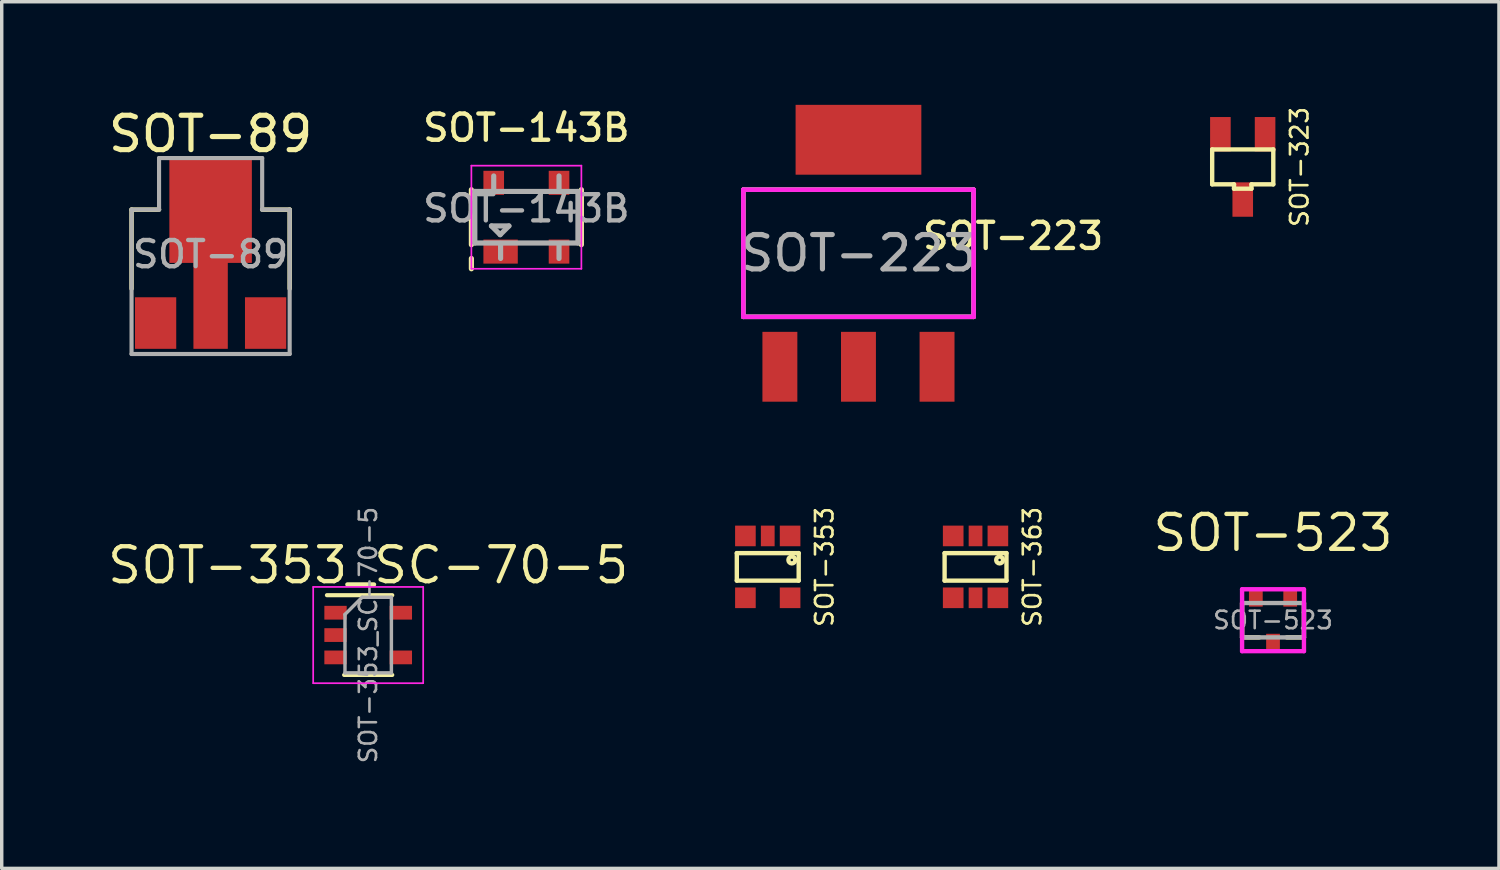
<source format=kicad_pcb>
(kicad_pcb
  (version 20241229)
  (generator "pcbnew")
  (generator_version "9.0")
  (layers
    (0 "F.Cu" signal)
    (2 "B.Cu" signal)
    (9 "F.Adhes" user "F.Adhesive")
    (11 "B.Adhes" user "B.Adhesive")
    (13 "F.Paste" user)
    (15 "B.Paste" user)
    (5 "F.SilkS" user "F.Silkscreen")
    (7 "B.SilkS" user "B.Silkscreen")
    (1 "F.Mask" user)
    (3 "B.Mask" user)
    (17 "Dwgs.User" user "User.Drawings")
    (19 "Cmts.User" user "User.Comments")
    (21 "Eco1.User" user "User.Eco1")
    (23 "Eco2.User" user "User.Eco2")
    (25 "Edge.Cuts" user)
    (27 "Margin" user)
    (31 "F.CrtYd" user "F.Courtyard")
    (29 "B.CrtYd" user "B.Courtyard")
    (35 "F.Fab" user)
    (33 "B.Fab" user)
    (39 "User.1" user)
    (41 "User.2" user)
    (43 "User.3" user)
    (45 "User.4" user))
  (footprint "SOT-523"
    (layer "F.Cu")
    (at 33.984 14.993)
    (property "Reference" "SOT-523" (at 0 -2.54 0) (layer "F.SilkS") (effects (font (size 1.016 1.016) (thickness 0.127))))
    (attr smd)
    (fp_line (start -0.9 -0.5) (end -0.9 0.5) (stroke (width 0.127) (type solid)) (layer "F.SilkS"))
    (fp_line (start -0.9 0.5) (end -0.4 0.5) (stroke (width 0.127) (type solid)) (layer "F.SilkS"))
    (fp_line (start 0.4 0.5) (end 0.9 0.5) (stroke (width 0.127) (type solid)) (layer "F.SilkS"))
    (fp_line (start 0.9 0.5) (end 0.9 -0.5) (stroke (width 0.127) (type solid)) (layer "F.SilkS"))
    (fp_line (start -0.9 -0.9) (end 0.9 -0.9) (stroke (width 0.127) (type solid)) (layer "F.CrtYd"))
    (fp_line (start -0.9 0.9) (end -0.9 -0.9) (stroke (width 0.127) (type solid)) (layer "F.CrtYd"))
    (fp_line (start 0.9 -0.9) (end 0.9 0.9) (stroke (width 0.127) (type solid)) (layer "F.CrtYd"))
    (fp_line (start 0.9 0.9) (end -0.9 0.9) (stroke (width 0.127) (type solid)) (layer "F.CrtYd"))
    (fp_line (start -0.9 -0.5) (end -0.9 0.5) (stroke (width 0.127) (type solid)) (layer "F.Fab"))
    (fp_line (start -0.9 0.5) (end 0.9 0.5) (stroke (width 0.127) (type solid)) (layer "F.Fab"))
    (fp_line (start 0.9 -0.5) (end -0.9 -0.5) (stroke (width 0.127) (type solid)) (layer "F.Fab"))
    (fp_line (start 0.9 0.5) (end 0.9 -0.5) (stroke (width 0.127) (type solid)) (layer "F.Fab"))
    (fp_text user "${REFERENCE}" (at 0 0 0) (layer "F.Fab") (effects (font (size 0.508 0.508) (thickness 0.076))))
    (pad "1" smd rect (at 0.5 -0.65) (size 0.4 0.51) (layers "F.Cu" "F.Mask" "F.Paste"))
    (pad "2" smd rect (at -0.5 -0.65) (size 0.4 0.51) (layers "F.Cu" "F.Mask" "F.Paste"))
    (pad "3" smd rect (at 0 0.65) (size 0.4 0.51) (layers "F.Cu" "F.Mask" "F.Paste")))
  (footprint "SOT-323"
    (layer "F.Cu")
    (at 33.103 1.805)
    (property "Reference" "SOT-323" (at 1.651 0 90) (layer "F.SilkS") (effects (font (size 0.508 0.508) (thickness 0.076))))
    (attr smd)
    (fp_line (start -0.889 -0.508) (end -0.889 0.508) (stroke (width 0.127) (type solid)) (layer "F.SilkS"))
    (fp_line (start -0.889 0.508) (end -0.254 0.508) (stroke (width 0.127) (type solid)) (layer "F.SilkS"))
    (fp_line (start -0.254 0.508) (end -0.254 0.635) (stroke (width 0.127) (type solid)) (layer "F.SilkS"))
    (fp_line (start -0.254 0.635) (end 0.254 0.635) (stroke (width 0.127) (type solid)) (layer "F.SilkS"))
    (fp_line (start 0.254 0.508) (end 0.889 0.508) (stroke (width 0.127) (type solid)) (layer "F.SilkS"))
    (fp_line (start 0.254 0.635) (end 0.254 0.508) (stroke (width 0.127) (type solid)) (layer "F.SilkS"))
    (fp_line (start 0.889 -0.508) (end -0.889 -0.508) (stroke (width 0.127) (type solid)) (layer "F.SilkS"))
    (fp_line (start 0.889 0.508) (end 0.889 -0.508) (stroke (width 0.127) (type solid)) (layer "F.SilkS"))
    (pad "1" smd rect (at 0.65 -0.95) (size 0.599 1.001) (layers "F.Cu" "F.Mask" "F.Paste"))
    (pad "2" smd rect (at -0.65 -0.95) (size 0.599 1.001) (layers "F.Cu" "F.Mask" "F.Paste"))
    (pad "3" smd rect (at 0 0.95) (size 0.599 1.001) (layers "F.Cu" "F.Mask" "F.Paste")))
  (footprint "SOT-223"
    (layer "F.Cu")
    (at 21.924 4.318)
    (property "Reference" "SOT-223" (at 4.5 -0.5 0) (layer "F.SilkS") (effects (font (size 0.762 0.762) (thickness 0.127))))
    (attr smd)
    (fp_line (start -3.35 -1.85) (end 3.35 -1.85) (stroke (width 0.13) (type solid)) (layer "F.SilkS"))
    (fp_line (start -3.35 1.85) (end -3.35 -1.85) (stroke (width 0.13) (type solid)) (layer "F.SilkS"))
    (fp_line (start 3.35 -1.85) (end 3.35 1.85) (stroke (width 0.13) (type solid)) (layer "F.SilkS"))
    (fp_line (start 3.35 1.85) (end -3.35 1.85) (stroke (width 0.13) (type solid)) (layer "F.SilkS"))
    (fp_line (start -3.35 -1.85) (end 3.35 -1.85) (stroke (width 0.13) (type solid)) (layer "F.CrtYd"))
    (fp_line (start -3.35 1.85) (end -3.35 -1.85) (stroke (width 0.13) (type solid)) (layer "F.CrtYd"))
    (fp_line (start 3.35 -1.85) (end 3.35 1.85) (stroke (width 0.13) (type solid)) (layer "F.CrtYd"))
    (fp_line (start 3.35 1.85) (end -3.35 1.85) (stroke (width 0.13) (type solid)) (layer "F.CrtYd"))
    (fp_line (start -3.35 -1.85) (end 3.35 -1.85) (stroke (width 0.13) (type solid)) (layer "F.Fab"))
    (fp_line (start -3.35 1.85) (end -3.35 -1.85) (stroke (width 0.13) (type solid)) (layer "F.Fab"))
    (fp_line (start 3.35 -1.85) (end 3.35 1.85) (stroke (width 0.13) (type solid)) (layer "F.Fab"))
    (fp_line (start 3.35 1.85) (end -3.35 1.85) (stroke (width 0.13) (type solid)) (layer "F.Fab"))
    (fp_text user "${REFERENCE}" (at 0 0 0) (layer "F.Fab") (effects (font (size 1 1) (thickness 0.15))))
    (pad "1" smd rect (at -2.286 3.302) (size 1.016 2.032) (layers "F.Cu" "F.Mask" "F.Paste"))
    (pad "2" smd rect (at 0 3.302) (size 1.016 2.032) (layers "F.Cu" "F.Mask" "F.Paste"))
    (pad "3" smd rect (at 2.286 3.302) (size 1.016 2.032) (layers "F.Cu" "F.Mask" "F.Paste"))
    (pad "4" smd rect (at 0 -3.302) (size 3.658 2.032) (layers "F.Cu" "F.Mask" "F.Paste")))
  (footprint "SOT-353_SC-70-5"
    (layer "F.Cu")
    (at 7.661 15.425)
    (property "Reference" "SOT-353_SC-70-5" (at 0 -2.032 0) (layer "F.SilkS") (effects (font (size 1.016 1.016) (thickness 0.127))))
    (attr smd)
    (fp_line (start -0.7 1.16) (end 0.7 1.16) (stroke (width 0.12) (type solid)) (layer "F.SilkS"))
    (fp_line (start 0.7 -1.16) (end -1.2 -1.16) (stroke (width 0.12) (type solid)) (layer "F.SilkS"))
    (fp_line (start -1.6 -1.4) (end -1.6 1.4) (stroke (width 0.05) (type solid)) (layer "F.CrtYd"))
    (fp_line (start -1.6 -1.4) (end 1.6 -1.4) (stroke (width 0.05) (type solid)) (layer "F.CrtYd"))
    (fp_line (start -1.6 1.4) (end 1.6 1.4) (stroke (width 0.05) (type solid)) (layer "F.CrtYd"))
    (fp_line (start 1.6 1.4) (end 1.6 -1.4) (stroke (width 0.05) (type solid)) (layer "F.CrtYd"))
    (fp_line (start -0.675 -0.6) (end -0.675 1.1) (stroke (width 0.1) (type solid)) (layer "F.Fab"))
    (fp_line (start -0.175 -1.1) (end -0.675 -0.6) (stroke (width 0.1) (type solid)) (layer "F.Fab"))
    (fp_line (start 0.675 -1.1) (end -0.175 -1.1) (stroke (width 0.1) (type solid)) (layer "F.Fab"))
    (fp_line (start 0.675 -1.1) (end 0.675 1.1) (stroke (width 0.1) (type solid)) (layer "F.Fab"))
    (fp_line (start 0.675 1.1) (end -0.675 1.1) (stroke (width 0.1) (type solid)) (layer "F.Fab"))
    (fp_text user "${REFERENCE}" (at 0 0 90) (layer "F.Fab") (effects (font (size 0.5 0.5) (thickness 0.075))))
    (pad "1" smd rect (at -0.95 -0.65) (size 0.65 0.4) (layers "F.Cu" "F.Mask" "F.Paste"))
    (pad "2" smd rect (at -0.95 0) (size 0.65 0.4) (layers "F.Cu" "F.Mask" "F.Paste"))
    (pad "3" smd rect (at -0.95 0.65) (size 0.65 0.4) (layers "F.Cu" "F.Mask" "F.Paste"))
    (pad "4" smd rect (at 0.95 0.65) (size 0.65 0.4) (layers "F.Cu" "F.Mask" "F.Paste"))
    (pad "5" smd rect (at 0.95 -0.65) (size 0.65 0.4) (layers "F.Cu" "F.Mask" "F.Paste")))
  (footprint "SOT-143B"
    (layer "F.Cu")
    (at 12.263 3.269)
    (property "Reference" "SOT-143B" (at 0 -2.6 0) (layer "F.SilkS") (effects (font (size 0.762 0.762) (thickness 0.127))))
    (attr smd)
    (fp_line (start -1.6 -0.8) (end -1.6 0.8) (stroke (width 0.15) (type solid)) (layer "F.SilkS"))
    (fp_line (start -1.6 1.2) (end -1.6 1.5) (stroke (width 0.15) (type solid)) (layer "F.SilkS"))
    (fp_line (start 1.6 -0.8) (end 1.6 0.8) (stroke (width 0.15) (type solid)) (layer "F.SilkS"))
    (fp_line (start -1.6 -1.5) (end -1.6 1.5) (stroke (width 0.05) (type solid)) (layer "F.CrtYd"))
    (fp_line (start -1.6 -1.5) (end 1.6 -1.5) (stroke (width 0.05) (type solid)) (layer "F.CrtYd"))
    (fp_line (start -1.6 1.5) (end 1.6 1.5) (stroke (width 0.05) (type solid)) (layer "F.CrtYd"))
    (fp_line (start 1.6 -1.5) (end 1.6 1.5) (stroke (width 0.05) (type solid)) (layer "F.CrtYd"))
    (fp_line (start -1.5 -0.75) (end -1.5 0.75) (stroke (width 0.15) (type solid)) (layer "F.Fab"))
    (fp_line (start -1.5 0.75) (end 1.5 0.75) (stroke (width 0.15) (type solid)) (layer "F.Fab"))
    (fp_line (start -1.016 0.254) (end -0.762 0.508) (stroke (width 0.15) (type solid)) (layer "F.Fab"))
    (fp_line (start -0.95 -1.2) (end -0.95 -0.762) (stroke (width 0.15) (type solid)) (layer "F.Fab"))
    (fp_line (start -0.762 0.508) (end -0.508 0.254) (stroke (width 0.15) (type solid)) (layer "F.Fab"))
    (fp_line (start -0.75 1.2) (end -0.75 0.762) (stroke (width 0.15) (type solid)) (layer "F.Fab"))
    (fp_line (start -0.508 0.254) (end -1.016 0.254) (stroke (width 0.15) (type solid)) (layer "F.Fab"))
    (fp_line (start 0.95 -1.2) (end 0.95 -0.762) (stroke (width 0.15) (type solid)) (layer "F.Fab"))
    (fp_line (start 0.95 1.2) (end 0.95 0.762) (stroke (width 0.15) (type solid)) (layer "F.Fab"))
    (fp_line (start 1.5 -0.75) (end -1.5 -0.75) (stroke (width 0.15) (type solid)) (layer "F.Fab"))
    (fp_line (start 1.5 0.75) (end 1.5 -0.75) (stroke (width 0.15) (type solid)) (layer "F.Fab"))
    (fp_text user "${REFERENCE}" (at 0 -0.254 0) (layer "F.Fab") (effects (font (size 0.762 0.762) (thickness 0.127))))
    (pad "1" smd rect (at -0.75 1) (size 1 0.7) (layers "F.Cu" "F.Mask" "F.Paste"))
    (pad "2" smd rect (at 0.95 1) (size 0.6 0.7) (layers "F.Cu" "F.Mask" "F.Paste"))
    (pad "3" smd rect (at 0.95 -1) (size 0.6 0.7) (layers "F.Cu" "F.Mask" "F.Paste"))
    (pad "4" smd rect (at -0.95 -1) (size 0.6 0.7) (layers "F.Cu" "F.Mask" "F.Paste")))
  (footprint "SOT-89"
    (layer "F.Cu")
    (at 3.077 4.348)
    (property "Reference" "SOT-89" (at 0 -3.5 0) (layer "F.SilkS") (effects (font (size 1 1) (thickness 0.15))))
    (attr smd)
    (fp_line (start -2.3 -1.3) (end -1.5 -1.3) (stroke (width 0.13) (type solid)) (layer "F.SilkS"))
    (fp_line (start -2.3 1) (end -2.3 -1.3) (stroke (width 0.13) (type solid)) (layer "F.SilkS"))
    (fp_line (start 1.5 -1.3) (end 2.3 -1.3) (stroke (width 0.13) (type solid)) (layer "F.SilkS"))
    (fp_line (start 2.3 -1.3) (end 2.3 1) (stroke (width 0.13) (type solid)) (layer "F.SilkS"))
    (fp_line (start -2.3 -1.3) (end -1.5 -1.3) (stroke (width 0.12) (type solid)) (layer "F.Fab"))
    (fp_line (start -2.3 2.9) (end -2.3 -1.3) (stroke (width 0.12) (type solid)) (layer "F.Fab"))
    (fp_line (start -1.5 -2.8) (end 1.5 -2.8) (stroke (width 0.12) (type solid)) (layer "F.Fab"))
    (fp_line (start -1.5 -1.3) (end -1.5 -2.8) (stroke (width 0.12) (type solid)) (layer "F.Fab"))
    (fp_line (start 1.5 -2.8) (end 1.5 -1.3) (stroke (width 0.12) (type solid)) (layer "F.Fab"))
    (fp_line (start 1.5 -1.3) (end 2.3 -1.3) (stroke (width 0.12) (type solid)) (layer "F.Fab"))
    (fp_line (start 2.3 -1.3) (end 2.3 2.9) (stroke (width 0.12) (type solid)) (layer "F.Fab"))
    (fp_line (start 2.3 2.9) (end -2.3 2.9) (stroke (width 0.12) (type solid)) (layer "F.Fab"))
    (fp_text user "${REFERENCE}" (at 0 0 0) (layer "F.Fab") (effects (font (size 0.762 0.762) (thickness 0.127))))
    (pad "1" smd rect (at -1.6 2) (size 1.2 1.5) (layers "F.Cu" "F.Mask" "F.Paste"))
    (pad "2" smd rect (at 0 -1.25) (size 2.4 3) (layers "F.Cu" "F.Mask" "F.Paste"))
    (pad "2" smd rect (at 0 1.25) (size 1 3) (layers "F.Cu" "F.Mask" "F.Paste"))
    (pad "3" smd rect (at 1.6 2) (size 1.2 1.5) (layers "F.Cu" "F.Mask" "F.Paste")))
  (footprint "SOT-353"
    (layer "F.Cu")
    (at 19.285 13.441)
    (property "Reference" "SOT-353" (at 1.651 0 90) (layer "F.SilkS") (effects (font (size 0.508 0.508) (thickness 0.076))))
    (attr smd)
    (fp_line (start -0.9 -0.4) (end -0.9 0.4) (stroke (width 0.127) (type solid)) (layer "F.SilkS"))
    (fp_line (start -0.9 -0.4) (end 0.9 -0.4) (stroke (width 0.127) (type solid)) (layer "F.SilkS"))
    (fp_line (start -0.9 0.4) (end 0.9 0.4) (stroke (width 0.127) (type solid)) (layer "F.SilkS"))
    (fp_line (start 0.9 0.4) (end 0.9 -0.4) (stroke (width 0.127) (type solid)) (layer "F.SilkS"))
    (fp_circle (center 0.7 -0.2) (end 0.7 -0.1) (stroke (width 0.127) (type solid)) (fill no) (layer "F.SilkS"))
    (pad "1" smd rect (at 0.65 -0.9) (size 0.6 0.6) (layers "F.Cu" "F.Mask" "F.Paste"))
    (pad "2" smd rect (at 0 -0.9) (size 0.4 0.6) (layers "F.Cu" "F.Mask" "F.Paste"))
    (pad "3" smd rect (at -0.65 -0.9) (size 0.6 0.6) (layers "F.Cu" "F.Mask" "F.Paste"))
    (pad "4" smd rect (at -0.65 0.9) (size 0.6 0.6) (layers "F.Cu" "F.Mask" "F.Paste"))
    (pad "5" smd rect (at 0.65 0.9) (size 0.6 0.6) (layers "F.Cu" "F.Mask" "F.Paste")))
  (footprint "SOT-363"
    (layer "F.Cu")
    (at 25.33 13.441)
    (property "Reference" "SOT-363" (at 1.651 0 90) (layer "F.SilkS") (effects (font (size 0.508 0.508) (thickness 0.076))))
    (attr smd)
    (fp_line (start -0.9 -0.4) (end -0.9 0.4) (stroke (width 0.127) (type solid)) (layer "F.SilkS"))
    (fp_line (start -0.9 -0.4) (end 0.9 -0.4) (stroke (width 0.127) (type solid)) (layer "F.SilkS"))
    (fp_line (start -0.9 0.4) (end 0.9 0.4) (stroke (width 0.127) (type solid)) (layer "F.SilkS"))
    (fp_line (start 0.9 0.4) (end 0.9 -0.4) (stroke (width 0.127) (type solid)) (layer "F.SilkS"))
    (fp_circle (center 0.7 -0.2) (end 0.7 -0.1) (stroke (width 0.127) (type solid)) (fill no) (layer "F.SilkS"))
    (pad "1" smd rect (at 0.65 -0.9) (size 0.6 0.6) (layers "F.Cu" "F.Mask" "F.Paste"))
    (pad "2" smd rect (at 0 -0.9) (size 0.4 0.6) (layers "F.Cu" "F.Mask" "F.Paste"))
    (pad "3" smd rect (at -0.65 -0.9) (size 0.6 0.6) (layers "F.Cu" "F.Mask" "F.Paste"))
    (pad "4" smd rect (at -0.65 0.9) (size 0.6 0.6) (layers "F.Cu" "F.Mask" "F.Paste"))
    (pad "5" smd rect (at 0 0.9) (size 0.4 0.6) (layers "F.Cu" "F.Mask" "F.Paste"))
    (pad "6" smd rect (at 0.65 0.9) (size 0.6 0.6) (layers "F.Cu" "F.Mask" "F.Paste")))
  (gr_rect
    (start -3 -3)
    (end 40.557 22.213)
    (stroke (width 0.1) (type default))
    (fill no)
    (layer "Edge.Cuts")))
</source>
